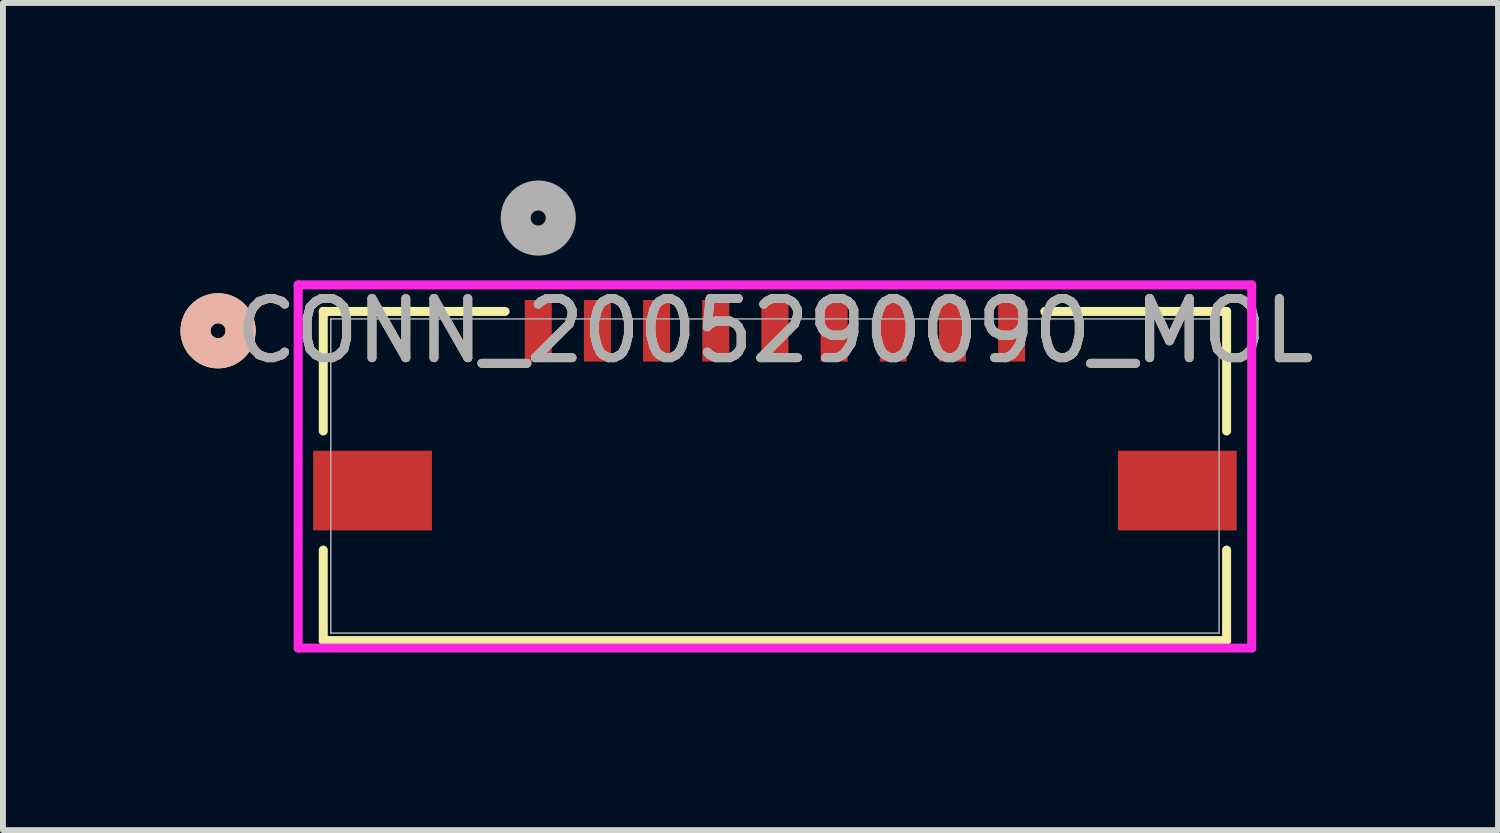
<source format=kicad_pcb>
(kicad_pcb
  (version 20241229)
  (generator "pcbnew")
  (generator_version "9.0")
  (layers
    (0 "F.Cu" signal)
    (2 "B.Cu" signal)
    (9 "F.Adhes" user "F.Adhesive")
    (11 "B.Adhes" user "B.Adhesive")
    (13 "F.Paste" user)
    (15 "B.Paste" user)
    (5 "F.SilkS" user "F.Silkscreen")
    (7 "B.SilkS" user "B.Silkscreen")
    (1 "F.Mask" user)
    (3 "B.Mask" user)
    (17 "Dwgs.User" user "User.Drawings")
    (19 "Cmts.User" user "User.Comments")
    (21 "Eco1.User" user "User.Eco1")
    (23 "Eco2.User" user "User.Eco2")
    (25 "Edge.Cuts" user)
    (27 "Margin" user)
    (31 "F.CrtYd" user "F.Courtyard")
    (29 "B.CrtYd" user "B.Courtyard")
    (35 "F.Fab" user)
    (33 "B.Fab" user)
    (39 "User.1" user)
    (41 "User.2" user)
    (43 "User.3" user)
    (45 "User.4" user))
  (footprint "CONN_2005290090_MOL"
    (layer "F.Cu")
    (at 10.046 4.994)
    (property "Reference" "CONN_2005290090_MOL" (at 0 -2.454 0) (unlocked yes) (layer "F.SilkS") (effects (font (size 1 1) (thickness 0.15))))
    (attr smd)
    (fp_line (start -7.633 -2.781) (end -7.633 -0.76) (stroke (width 0.152) (type solid)) (layer "F.SilkS"))
    (fp_line (start -7.633 1.252) (end -7.633 2.781) (stroke (width 0.152) (type solid)) (layer "F.SilkS"))
    (fp_line (start -7.633 2.781) (end 7.633 2.781) (stroke (width 0.152) (type solid)) (layer "F.SilkS"))
    (fp_line (start -4.561 -2.781) (end -7.633 -2.781) (stroke (width 0.152) (type solid)) (layer "F.SilkS"))
    (fp_line (start 7.633 -2.781) (end 4.561 -2.781) (stroke (width 0.152) (type solid)) (layer "F.SilkS"))
    (fp_line (start 7.633 -0.76) (end 7.633 -2.781) (stroke (width 0.152) (type solid)) (layer "F.SilkS"))
    (fp_line (start 7.633 2.781) (end 7.633 1.252) (stroke (width 0.152) (type solid)) (layer "F.SilkS"))
    (fp_circle (center -9.411 -2.454) (end -9.03 -2.454) (stroke (width 0.508) (type solid)) (fill no) (layer "F.SilkS"))
    (fp_circle (center -9.411 -2.454) (end -9.03 -2.454) (stroke (width 0.508) (type solid)) (fill no) (layer "B.SilkS"))
    (fp_line (start -8.057 -3.229) (end -8.057 2.908) (stroke (width 0.152) (type solid)) (layer "F.CrtYd"))
    (fp_line (start -8.057 2.908) (end 8.057 2.908) (stroke (width 0.152) (type solid)) (layer "F.CrtYd"))
    (fp_line (start 8.057 -3.229) (end -8.057 -3.229) (stroke (width 0.152) (type solid)) (layer "F.CrtYd"))
    (fp_line (start 8.057 2.908) (end 8.057 -3.229) (stroke (width 0.152) (type solid)) (layer "F.CrtYd"))
    (fp_line (start -7.506 -2.654) (end -7.506 2.654) (stroke (width 0.025) (type solid)) (layer "F.Fab"))
    (fp_line (start -7.506 2.654) (end 7.506 2.654) (stroke (width 0.025) (type solid)) (layer "F.Fab"))
    (fp_line (start 7.506 -2.654) (end -7.506 -2.654) (stroke (width 0.025) (type solid)) (layer "F.Fab"))
    (fp_line (start 7.506 2.654) (end 7.506 -2.654) (stroke (width 0.025) (type solid)) (layer "F.Fab"))
    (fp_circle (center -4 -4.359) (end -3.619 -4.359) (stroke (width 0.508) (type solid)) (fill no) (layer "F.Fab"))
    (fp_text user "${REFERENCE}" (at 0 -2.454 0) (unlocked yes) (layer "F.Fab") (effects (font (size 1 1) (thickness 0.15))))
    (pad "1" smd rect (at -4 -2.454) (size 0.457 1.041) (layers "F.Cu" "F.Mask" "F.Paste"))
    (pad "2" smd rect (at -3 -2.454) (size 0.457 1.041) (layers "F.Cu" "F.Mask" "F.Paste"))
    (pad "3" smd rect (at -2 -2.454) (size 0.457 1.041) (layers "F.Cu" "F.Mask" "F.Paste"))
    (pad "4" smd rect (at -1 -2.454) (size 0.457 1.041) (layers "F.Cu" "F.Mask" "F.Paste"))
    (pad "5" smd rect (at 0 -2.454) (size 0.457 1.041) (layers "F.Cu" "F.Mask" "F.Paste"))
    (pad "6" smd rect (at 1 -2.454) (size 0.457 1.041) (layers "F.Cu" "F.Mask" "F.Paste"))
    (pad "7" smd rect (at 2 -2.454) (size 0.457 1.041) (layers "F.Cu" "F.Mask" "F.Paste"))
    (pad "8" smd rect (at 3 -2.454) (size 0.457 1.041) (layers "F.Cu" "F.Mask" "F.Paste"))
    (pad "9" smd rect (at 4 -2.454) (size 0.457 1.041) (layers "F.Cu" "F.Mask" "F.Paste"))
    (pad "10" smd rect (at -6.8 0.246) (size 2.007 1.346) (layers "F.Cu" "F.Mask" "F.Paste"))
    (pad "11" smd rect (at 6.8 0.246) (size 2.007 1.346) (layers "F.Cu" "F.Mask" "F.Paste")))
  (gr_rect
    (start -3 -3)
    (end 22.266 10.979)
    (stroke (width 0.1) (type default))
    (fill no)
    (layer "Edge.Cuts")))
</source>
